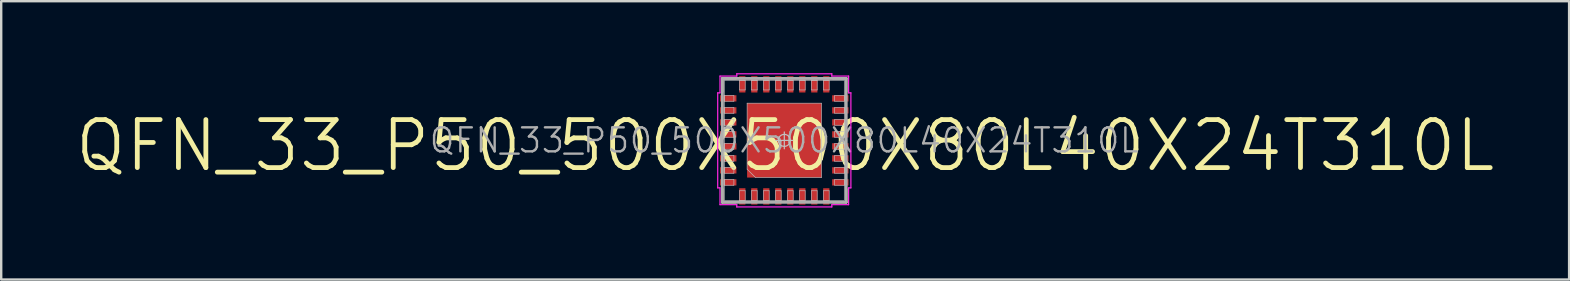
<source format=kicad_pcb>
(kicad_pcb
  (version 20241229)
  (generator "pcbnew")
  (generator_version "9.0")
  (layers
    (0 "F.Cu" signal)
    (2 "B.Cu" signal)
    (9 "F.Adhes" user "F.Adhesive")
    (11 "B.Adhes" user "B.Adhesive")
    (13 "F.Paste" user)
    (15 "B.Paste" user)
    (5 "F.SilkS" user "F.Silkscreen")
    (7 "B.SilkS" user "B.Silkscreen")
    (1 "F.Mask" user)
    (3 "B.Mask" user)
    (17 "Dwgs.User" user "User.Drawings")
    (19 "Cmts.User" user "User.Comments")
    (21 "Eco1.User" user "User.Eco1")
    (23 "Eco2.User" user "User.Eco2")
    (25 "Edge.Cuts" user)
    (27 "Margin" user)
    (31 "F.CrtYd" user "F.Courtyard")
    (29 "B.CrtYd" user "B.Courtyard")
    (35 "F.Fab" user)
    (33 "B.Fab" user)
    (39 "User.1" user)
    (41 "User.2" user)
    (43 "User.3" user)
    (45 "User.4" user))
  (footprint "QFN_33_P50_500X500X80L40X24T310L"
    (layer "F.Cu")
    (at 29.636 2.8)
    (property "Reference" "QFN_33_P50_500X500X80L40X24T310L" (at 0 0 0) (layer "F.Fab") (effects (font (size 1 1) (thickness 0.1))))
    (attr smd)
    (fp_line (start -2.58 -2.58) (end -2.58 -2.03) (stroke (width 0.1) (type solid)) (layer "F.SilkS"))
    (fp_line (start -2.58 2.58) (end -2.58 2.03) (stroke (width 0.1) (type solid)) (layer "F.SilkS"))
    (fp_line (start -2.03 -2.58) (end -2.58 -2.58) (stroke (width 0.1) (type solid)) (layer "F.SilkS"))
    (fp_line (start -2.03 2.58) (end -2.58 2.58) (stroke (width 0.1) (type solid)) (layer "F.SilkS"))
    (fp_line (start 2.03 -2.58) (end 2.58 -2.58) (stroke (width 0.1) (type solid)) (layer "F.SilkS"))
    (fp_line (start 2.03 2.58) (end 2.58 2.58) (stroke (width 0.1) (type solid)) (layer "F.SilkS"))
    (fp_line (start 2.58 -2.58) (end 2.58 -2.03) (stroke (width 0.1) (type solid)) (layer "F.SilkS"))
    (fp_line (start 2.58 2.58) (end 2.58 2.03) (stroke (width 0.1) (type solid)) (layer "F.SilkS"))
    (fp_line (start -2.5 -2.5) (end 2.5 -2.5) (stroke (width 0.025) (type solid)) (layer "Dwgs.User"))
    (fp_line (start -2.5 -1.87) (end -2.1 -1.87) (stroke (width 0.025) (type solid)) (layer "Dwgs.User"))
    (fp_line (start -2.5 -1.63) (end -2.5 -1.87) (stroke (width 0.025) (type solid)) (layer "Dwgs.User"))
    (fp_line (start -2.5 -1.37) (end -2.1 -1.37) (stroke (width 0.025) (type solid)) (layer "Dwgs.User"))
    (fp_line (start -2.5 -1.13) (end -2.5 -1.37) (stroke (width 0.025) (type solid)) (layer "Dwgs.User"))
    (fp_line (start -2.5 -0.87) (end -2.1 -0.87) (stroke (width 0.025) (type solid)) (layer "Dwgs.User"))
    (fp_line (start -2.5 -0.63) (end -2.5 -0.87) (stroke (width 0.025) (type solid)) (layer "Dwgs.User"))
    (fp_line (start -2.5 -0.37) (end -2.1 -0.37) (stroke (width 0.025) (type solid)) (layer "Dwgs.User"))
    (fp_line (start -2.5 -0.13) (end -2.5 -0.37) (stroke (width 0.025) (type solid)) (layer "Dwgs.User"))
    (fp_line (start -2.5 0.13) (end -2.1 0.13) (stroke (width 0.025) (type solid)) (layer "Dwgs.User"))
    (fp_line (start -2.5 0.37) (end -2.5 0.13) (stroke (width 0.025) (type solid)) (layer "Dwgs.User"))
    (fp_line (start -2.5 0.63) (end -2.1 0.63) (stroke (width 0.025) (type solid)) (layer "Dwgs.User"))
    (fp_line (start -2.5 0.87) (end -2.5 0.63) (stroke (width 0.025) (type solid)) (layer "Dwgs.User"))
    (fp_line (start -2.5 1.13) (end -2.1 1.13) (stroke (width 0.025) (type solid)) (layer "Dwgs.User"))
    (fp_line (start -2.5 1.37) (end -2.5 1.13) (stroke (width 0.025) (type solid)) (layer "Dwgs.User"))
    (fp_line (start -2.5 1.63) (end -2.1 1.63) (stroke (width 0.025) (type solid)) (layer "Dwgs.User"))
    (fp_line (start -2.5 1.87) (end -2.5 1.63) (stroke (width 0.025) (type solid)) (layer "Dwgs.User"))
    (fp_line (start -2.5 2.5) (end -2.5 -2.5) (stroke (width 0.025) (type solid)) (layer "Dwgs.User"))
    (fp_line (start -2.1 -1.87) (end -2.1 -1.63) (stroke (width 0.025) (type solid)) (layer "Dwgs.User"))
    (fp_line (start -2.1 -1.63) (end -2.5 -1.63) (stroke (width 0.025) (type solid)) (layer "Dwgs.User"))
    (fp_line (start -2.1 -1.37) (end -2.1 -1.13) (stroke (width 0.025) (type solid)) (layer "Dwgs.User"))
    (fp_line (start -2.1 -1.13) (end -2.5 -1.13) (stroke (width 0.025) (type solid)) (layer "Dwgs.User"))
    (fp_line (start -2.1 -0.87) (end -2.1 -0.63) (stroke (width 0.025) (type solid)) (layer "Dwgs.User"))
    (fp_line (start -2.1 -0.63) (end -2.5 -0.63) (stroke (width 0.025) (type solid)) (layer "Dwgs.User"))
    (fp_line (start -2.1 -0.37) (end -2.1 -0.13) (stroke (width 0.025) (type solid)) (layer "Dwgs.User"))
    (fp_line (start -2.1 -0.13) (end -2.5 -0.13) (stroke (width 0.025) (type solid)) (layer "Dwgs.User"))
    (fp_line (start -2.1 0.13) (end -2.1 0.37) (stroke (width 0.025) (type solid)) (layer "Dwgs.User"))
    (fp_line (start -2.1 0.37) (end -2.5 0.37) (stroke (width 0.025) (type solid)) (layer "Dwgs.User"))
    (fp_line (start -2.1 0.63) (end -2.1 0.87) (stroke (width 0.025) (type solid)) (layer "Dwgs.User"))
    (fp_line (start -2.1 0.87) (end -2.5 0.87) (stroke (width 0.025) (type solid)) (layer "Dwgs.User"))
    (fp_line (start -2.1 1.13) (end -2.1 1.37) (stroke (width 0.025) (type solid)) (layer "Dwgs.User"))
    (fp_line (start -2.1 1.37) (end -2.5 1.37) (stroke (width 0.025) (type solid)) (layer "Dwgs.User"))
    (fp_line (start -2.1 1.63) (end -2.1 1.87) (stroke (width 0.025) (type solid)) (layer "Dwgs.User"))
    (fp_line (start -2.1 1.87) (end -2.5 1.87) (stroke (width 0.025) (type solid)) (layer "Dwgs.User"))
    (fp_line (start -1.87 -2.5) (end -1.63 -2.5) (stroke (width 0.025) (type solid)) (layer "Dwgs.User"))
    (fp_line (start -1.87 -2.1) (end -1.87 -2.5) (stroke (width 0.025) (type solid)) (layer "Dwgs.User"))
    (fp_line (start -1.87 2.1) (end -1.63 2.1) (stroke (width 0.025) (type solid)) (layer "Dwgs.User"))
    (fp_line (start -1.87 2.5) (end -1.87 2.1) (stroke (width 0.025) (type solid)) (layer "Dwgs.User"))
    (fp_line (start -1.63 -2.5) (end -1.63 -2.1) (stroke (width 0.025) (type solid)) (layer "Dwgs.User"))
    (fp_line (start -1.63 -2.1) (end -1.87 -2.1) (stroke (width 0.025) (type solid)) (layer "Dwgs.User"))
    (fp_line (start -1.63 2.1) (end -1.63 2.5) (stroke (width 0.025) (type solid)) (layer "Dwgs.User"))
    (fp_line (start -1.63 2.5) (end -1.87 2.5) (stroke (width 0.025) (type solid)) (layer "Dwgs.User"))
    (fp_line (start -1.55 -1.55) (end -1.55 1.2) (stroke (width 0.025) (type solid)) (layer "Dwgs.User"))
    (fp_line (start -1.55 1.2) (end -1.2 1.55) (stroke (width 0.025) (type solid)) (layer "Dwgs.User"))
    (fp_line (start -1.37 -2.5) (end -1.13 -2.5) (stroke (width 0.025) (type solid)) (layer "Dwgs.User"))
    (fp_line (start -1.37 -2.1) (end -1.37 -2.5) (stroke (width 0.025) (type solid)) (layer "Dwgs.User"))
    (fp_line (start -1.37 2.1) (end -1.13 2.1) (stroke (width 0.025) (type solid)) (layer "Dwgs.User"))
    (fp_line (start -1.37 2.5) (end -1.37 2.1) (stroke (width 0.025) (type solid)) (layer "Dwgs.User"))
    (fp_line (start -1.2 1.55) (end 1.55 1.55) (stroke (width 0.025) (type solid)) (layer "Dwgs.User"))
    (fp_line (start -1.13 -2.5) (end -1.13 -2.1) (stroke (width 0.025) (type solid)) (layer "Dwgs.User"))
    (fp_line (start -1.13 -2.1) (end -1.37 -2.1) (stroke (width 0.025) (type solid)) (layer "Dwgs.User"))
    (fp_line (start -1.13 2.1) (end -1.13 2.5) (stroke (width 0.025) (type solid)) (layer "Dwgs.User"))
    (fp_line (start -1.13 2.5) (end -1.37 2.5) (stroke (width 0.025) (type solid)) (layer "Dwgs.User"))
    (fp_line (start -0.87 -2.5) (end -0.63 -2.5) (stroke (width 0.025) (type solid)) (layer "Dwgs.User"))
    (fp_line (start -0.87 -2.1) (end -0.87 -2.5) (stroke (width 0.025) (type solid)) (layer "Dwgs.User"))
    (fp_line (start -0.87 2.1) (end -0.63 2.1) (stroke (width 0.025) (type solid)) (layer "Dwgs.User"))
    (fp_line (start -0.87 2.5) (end -0.87 2.1) (stroke (width 0.025) (type solid)) (layer "Dwgs.User"))
    (fp_line (start -0.63 -2.5) (end -0.63 -2.1) (stroke (width 0.025) (type solid)) (layer "Dwgs.User"))
    (fp_line (start -0.63 -2.1) (end -0.87 -2.1) (stroke (width 0.025) (type solid)) (layer "Dwgs.User"))
    (fp_line (start -0.63 2.1) (end -0.63 2.5) (stroke (width 0.025) (type solid)) (layer "Dwgs.User"))
    (fp_line (start -0.63 2.5) (end -0.87 2.5) (stroke (width 0.025) (type solid)) (layer "Dwgs.User"))
    (fp_line (start -0.37 -2.5) (end -0.13 -2.5) (stroke (width 0.025) (type solid)) (layer "Dwgs.User"))
    (fp_line (start -0.37 -2.1) (end -0.37 -2.5) (stroke (width 0.025) (type solid)) (layer "Dwgs.User"))
    (fp_line (start -0.37 2.1) (end -0.13 2.1) (stroke (width 0.025) (type solid)) (layer "Dwgs.User"))
    (fp_line (start -0.37 2.5) (end -0.37 2.1) (stroke (width 0.025) (type solid)) (layer "Dwgs.User"))
    (fp_line (start -0.35 0) (end 0.35 0) (stroke (width 0.05) (type solid)) (layer "Dwgs.User"))
    (fp_line (start -0.13 -2.5) (end -0.13 -2.1) (stroke (width 0.025) (type solid)) (layer "Dwgs.User"))
    (fp_line (start -0.13 -2.1) (end -0.37 -2.1) (stroke (width 0.025) (type solid)) (layer "Dwgs.User"))
    (fp_line (start -0.13 2.1) (end -0.13 2.5) (stroke (width 0.025) (type solid)) (layer "Dwgs.User"))
    (fp_line (start -0.13 2.5) (end -0.37 2.5) (stroke (width 0.025) (type solid)) (layer "Dwgs.User"))
    (fp_line (start 0 -0.35) (end 0 0.35) (stroke (width 0.05) (type solid)) (layer "Dwgs.User"))
    (fp_line (start 0.13 -2.5) (end 0.37 -2.5) (stroke (width 0.025) (type solid)) (layer "Dwgs.User"))
    (fp_line (start 0.13 -2.1) (end 0.13 -2.5) (stroke (width 0.025) (type solid)) (layer "Dwgs.User"))
    (fp_line (start 0.13 2.1) (end 0.37 2.1) (stroke (width 0.025) (type solid)) (layer "Dwgs.User"))
    (fp_line (start 0.13 2.5) (end 0.13 2.1) (stroke (width 0.025) (type solid)) (layer "Dwgs.User"))
    (fp_line (start 0.37 -2.5) (end 0.37 -2.1) (stroke (width 0.025) (type solid)) (layer "Dwgs.User"))
    (fp_line (start 0.37 -2.1) (end 0.13 -2.1) (stroke (width 0.025) (type solid)) (layer "Dwgs.User"))
    (fp_line (start 0.37 2.1) (end 0.37 2.5) (stroke (width 0.025) (type solid)) (layer "Dwgs.User"))
    (fp_line (start 0.37 2.5) (end 0.13 2.5) (stroke (width 0.025) (type solid)) (layer "Dwgs.User"))
    (fp_line (start 0.63 -2.5) (end 0.87 -2.5) (stroke (width 0.025) (type solid)) (layer "Dwgs.User"))
    (fp_line (start 0.63 -2.1) (end 0.63 -2.5) (stroke (width 0.025) (type solid)) (layer "Dwgs.User"))
    (fp_line (start 0.63 2.1) (end 0.87 2.1) (stroke (width 0.025) (type solid)) (layer "Dwgs.User"))
    (fp_line (start 0.63 2.5) (end 0.63 2.1) (stroke (width 0.025) (type solid)) (layer "Dwgs.User"))
    (fp_line (start 0.87 -2.5) (end 0.87 -2.1) (stroke (width 0.025) (type solid)) (layer "Dwgs.User"))
    (fp_line (start 0.87 -2.1) (end 0.63 -2.1) (stroke (width 0.025) (type solid)) (layer "Dwgs.User"))
    (fp_line (start 0.87 2.1) (end 0.87 2.5) (stroke (width 0.025) (type solid)) (layer "Dwgs.User"))
    (fp_line (start 0.87 2.5) (end 0.63 2.5) (stroke (width 0.025) (type solid)) (layer "Dwgs.User"))
    (fp_line (start 1.13 -2.5) (end 1.37 -2.5) (stroke (width 0.025) (type solid)) (layer "Dwgs.User"))
    (fp_line (start 1.13 -2.1) (end 1.13 -2.5) (stroke (width 0.025) (type solid)) (layer "Dwgs.User"))
    (fp_line (start 1.13 2.1) (end 1.37 2.1) (stroke (width 0.025) (type solid)) (layer "Dwgs.User"))
    (fp_line (start 1.13 2.5) (end 1.13 2.1) (stroke (width 0.025) (type solid)) (layer "Dwgs.User"))
    (fp_line (start 1.37 -2.5) (end 1.37 -2.1) (stroke (width 0.025) (type solid)) (layer "Dwgs.User"))
    (fp_line (start 1.37 -2.1) (end 1.13 -2.1) (stroke (width 0.025) (type solid)) (layer "Dwgs.User"))
    (fp_line (start 1.37 2.1) (end 1.37 2.5) (stroke (width 0.025) (type solid)) (layer "Dwgs.User"))
    (fp_line (start 1.37 2.5) (end 1.13 2.5) (stroke (width 0.025) (type solid)) (layer "Dwgs.User"))
    (fp_line (start 1.55 -1.55) (end -1.55 -1.55) (stroke (width 0.025) (type solid)) (layer "Dwgs.User"))
    (fp_line (start 1.55 1.55) (end 1.55 -1.55) (stroke (width 0.025) (type solid)) (layer "Dwgs.User"))
    (fp_line (start 1.63 -2.5) (end 1.87 -2.5) (stroke (width 0.025) (type solid)) (layer "Dwgs.User"))
    (fp_line (start 1.63 -2.1) (end 1.63 -2.5) (stroke (width 0.025) (type solid)) (layer "Dwgs.User"))
    (fp_line (start 1.63 2.1) (end 1.87 2.1) (stroke (width 0.025) (type solid)) (layer "Dwgs.User"))
    (fp_line (start 1.63 2.5) (end 1.63 2.1) (stroke (width 0.025) (type solid)) (layer "Dwgs.User"))
    (fp_line (start 1.87 -2.5) (end 1.87 -2.1) (stroke (width 0.025) (type solid)) (layer "Dwgs.User"))
    (fp_line (start 1.87 -2.1) (end 1.63 -2.1) (stroke (width 0.025) (type solid)) (layer "Dwgs.User"))
    (fp_line (start 1.87 2.1) (end 1.87 2.5) (stroke (width 0.025) (type solid)) (layer "Dwgs.User"))
    (fp_line (start 1.87 2.5) (end 1.63 2.5) (stroke (width 0.025) (type solid)) (layer "Dwgs.User"))
    (fp_line (start 2.1 -1.87) (end 2.5 -1.87) (stroke (width 0.025) (type solid)) (layer "Dwgs.User"))
    (fp_line (start 2.1 -1.63) (end 2.1 -1.87) (stroke (width 0.025) (type solid)) (layer "Dwgs.User"))
    (fp_line (start 2.1 -1.37) (end 2.5 -1.37) (stroke (width 0.025) (type solid)) (layer "Dwgs.User"))
    (fp_line (start 2.1 -1.13) (end 2.1 -1.37) (stroke (width 0.025) (type solid)) (layer "Dwgs.User"))
    (fp_line (start 2.1 -0.87) (end 2.5 -0.87) (stroke (width 0.025) (type solid)) (layer "Dwgs.User"))
    (fp_line (start 2.1 -0.63) (end 2.1 -0.87) (stroke (width 0.025) (type solid)) (layer "Dwgs.User"))
    (fp_line (start 2.1 -0.37) (end 2.5 -0.37) (stroke (width 0.025) (type solid)) (layer "Dwgs.User"))
    (fp_line (start 2.1 -0.13) (end 2.1 -0.37) (stroke (width 0.025) (type solid)) (layer "Dwgs.User"))
    (fp_line (start 2.1 0.13) (end 2.5 0.13) (stroke (width 0.025) (type solid)) (layer "Dwgs.User"))
    (fp_line (start 2.1 0.37) (end 2.1 0.13) (stroke (width 0.025) (type solid)) (layer "Dwgs.User"))
    (fp_line (start 2.1 0.63) (end 2.5 0.63) (stroke (width 0.025) (type solid)) (layer "Dwgs.User"))
    (fp_line (start 2.1 0.87) (end 2.1 0.63) (stroke (width 0.025) (type solid)) (layer "Dwgs.User"))
    (fp_line (start 2.1 1.13) (end 2.5 1.13) (stroke (width 0.025) (type solid)) (layer "Dwgs.User"))
    (fp_line (start 2.1 1.37) (end 2.1 1.13) (stroke (width 0.025) (type solid)) (layer "Dwgs.User"))
    (fp_line (start 2.1 1.63) (end 2.5 1.63) (stroke (width 0.025) (type solid)) (layer "Dwgs.User"))
    (fp_line (start 2.1 1.87) (end 2.1 1.63) (stroke (width 0.025) (type solid)) (layer "Dwgs.User"))
    (fp_line (start 2.5 -2.5) (end 2.5 2.5) (stroke (width 0.025) (type solid)) (layer "Dwgs.User"))
    (fp_line (start 2.5 -1.87) (end 2.5 -1.63) (stroke (width 0.025) (type solid)) (layer "Dwgs.User"))
    (fp_line (start 2.5 -1.63) (end 2.1 -1.63) (stroke (width 0.025) (type solid)) (layer "Dwgs.User"))
    (fp_line (start 2.5 -1.37) (end 2.5 -1.13) (stroke (width 0.025) (type solid)) (layer "Dwgs.User"))
    (fp_line (start 2.5 -1.13) (end 2.1 -1.13) (stroke (width 0.025) (type solid)) (layer "Dwgs.User"))
    (fp_line (start 2.5 -0.87) (end 2.5 -0.63) (stroke (width 0.025) (type solid)) (layer "Dwgs.User"))
    (fp_line (start 2.5 -0.63) (end 2.1 -0.63) (stroke (width 0.025) (type solid)) (layer "Dwgs.User"))
    (fp_line (start 2.5 -0.37) (end 2.5 -0.13) (stroke (width 0.025) (type solid)) (layer "Dwgs.User"))
    (fp_line (start 2.5 -0.13) (end 2.1 -0.13) (stroke (width 0.025) (type solid)) (layer "Dwgs.User"))
    (fp_line (start 2.5 0.13) (end 2.5 0.37) (stroke (width 0.025) (type solid)) (layer "Dwgs.User"))
    (fp_line (start 2.5 0.37) (end 2.1 0.37) (stroke (width 0.025) (type solid)) (layer "Dwgs.User"))
    (fp_line (start 2.5 0.63) (end 2.5 0.87) (stroke (width 0.025) (type solid)) (layer "Dwgs.User"))
    (fp_line (start 2.5 0.87) (end 2.1 0.87) (stroke (width 0.025) (type solid)) (layer "Dwgs.User"))
    (fp_line (start 2.5 1.13) (end 2.5 1.37) (stroke (width 0.025) (type solid)) (layer "Dwgs.User"))
    (fp_line (start 2.5 1.37) (end 2.1 1.37) (stroke (width 0.025) (type solid)) (layer "Dwgs.User"))
    (fp_line (start 2.5 1.63) (end 2.5 1.87) (stroke (width 0.025) (type solid)) (layer "Dwgs.User"))
    (fp_line (start 2.5 1.87) (end 2.1 1.87) (stroke (width 0.025) (type solid)) (layer "Dwgs.User"))
    (fp_line (start 2.5 2.5) (end -2.5 2.5) (stroke (width 0.025) (type solid)) (layer "Dwgs.User"))
    (fp_circle (center 0 0) (end 0.25 0) (stroke (width 0.05) (type solid)) (fill no) (layer "Dwgs.User"))
    (fp_line (start -2.775 -1.98) (end -2.775 1.98) (stroke (width 0.05) (type solid)) (layer "F.CrtYd"))
    (fp_line (start -2.775 1.98) (end -2.68 1.98) (stroke (width 0.05) (type solid)) (layer "F.CrtYd"))
    (fp_line (start -2.68 -2.68) (end -2.68 -1.98) (stroke (width 0.05) (type solid)) (layer "F.CrtYd"))
    (fp_line (start -2.68 -1.98) (end -2.775 -1.98) (stroke (width 0.05) (type solid)) (layer "F.CrtYd"))
    (fp_line (start -2.68 1.98) (end -2.68 2.68) (stroke (width 0.05) (type solid)) (layer "F.CrtYd"))
    (fp_line (start -2.68 2.68) (end -1.98 2.68) (stroke (width 0.05) (type solid)) (layer "F.CrtYd"))
    (fp_line (start -1.98 -2.775) (end -1.98 -2.68) (stroke (width 0.05) (type solid)) (layer "F.CrtYd"))
    (fp_line (start -1.98 -2.68) (end -2.68 -2.68) (stroke (width 0.05) (type solid)) (layer "F.CrtYd"))
    (fp_line (start -1.98 2.68) (end -1.98 2.775) (stroke (width 0.05) (type solid)) (layer "F.CrtYd"))
    (fp_line (start -1.98 2.775) (end 1.98 2.775) (stroke (width 0.05) (type solid)) (layer "F.CrtYd"))
    (fp_line (start 1.98 -2.775) (end -1.98 -2.775) (stroke (width 0.05) (type solid)) (layer "F.CrtYd"))
    (fp_line (start 1.98 -2.68) (end 1.98 -2.775) (stroke (width 0.05) (type solid)) (layer "F.CrtYd"))
    (fp_line (start 1.98 2.68) (end 2.68 2.68) (stroke (width 0.05) (type solid)) (layer "F.CrtYd"))
    (fp_line (start 1.98 2.775) (end 1.98 2.68) (stroke (width 0.05) (type solid)) (layer "F.CrtYd"))
    (fp_line (start 2.68 -2.68) (end 1.98 -2.68) (stroke (width 0.05) (type solid)) (layer "F.CrtYd"))
    (fp_line (start 2.68 -1.98) (end 2.68 -2.68) (stroke (width 0.05) (type solid)) (layer "F.CrtYd"))
    (fp_line (start 2.68 1.98) (end 2.775 1.98) (stroke (width 0.05) (type solid)) (layer "F.CrtYd"))
    (fp_line (start 2.68 2.68) (end 2.68 1.98) (stroke (width 0.05) (type solid)) (layer "F.CrtYd"))
    (fp_line (start 2.775 -1.98) (end 2.68 -1.98) (stroke (width 0.05) (type solid)) (layer "F.CrtYd"))
    (fp_line (start 2.775 1.98) (end 2.775 -1.98) (stroke (width 0.05) (type solid)) (layer "F.CrtYd"))
    (fp_line (start -2.58 -2.58) (end 2.58 -2.58) (stroke (width 0.12) (type solid)) (layer "F.Fab"))
    (fp_line (start -2.58 2.58) (end -2.58 -2.58) (stroke (width 0.12) (type solid)) (layer "F.Fab"))
    (fp_line (start 2.58 -2.58) (end 2.58 2.58) (stroke (width 0.12) (type solid)) (layer "F.Fab"))
    (fp_line (start 2.58 2.58) (end -2.58 2.58) (stroke (width 0.12) (type solid)) (layer "F.Fab"))
    (fp_text user "${REFERENCE}" (at 0.036 0.219 0) (layer "F.SilkS") (effects (font (size 2 2) (thickness 0.2))))
    (pad "" smd rect (at -0.775 -0.775 90) (size 1.35 1.35) (layers "F.Paste"))
    (pad "" smd rect (at -0.775 0.775 90) (size 1.35 1.35) (layers "F.Paste"))
    (pad "" smd rect (at 0.775 -0.775 90) (size 1.35 1.35) (layers "F.Paste"))
    (pad "" smd rect (at 0.775 0.775 90) (size 1.35 1.35) (layers "F.Paste"))
    (pad "1" smd rect (at -1.75 2.335 90) (size 0.68 0.26) (layers "F.Cu" "F.Mask" "F.Paste"))
    (pad "2" smd rect (at -1.25 2.335 90) (size 0.68 0.26) (layers "F.Cu" "F.Mask" "F.Paste"))
    (pad "3" smd rect (at -0.75 2.335 90) (size 0.68 0.26) (layers "F.Cu" "F.Mask" "F.Paste"))
    (pad "4" smd rect (at -0.25 2.335 90) (size 0.68 0.26) (layers "F.Cu" "F.Mask" "F.Paste"))
    (pad "5" smd rect (at 0.25 2.335 90) (size 0.68 0.26) (layers "F.Cu" "F.Mask" "F.Paste"))
    (pad "6" smd rect (at 0.75 2.335 90) (size 0.68 0.26) (layers "F.Cu" "F.Mask" "F.Paste"))
    (pad "7" smd rect (at 1.25 2.335 90) (size 0.68 0.26) (layers "F.Cu" "F.Mask" "F.Paste"))
    (pad "8" smd rect (at 1.75 2.335 90) (size 0.68 0.26) (layers "F.Cu" "F.Mask" "F.Paste"))
    (pad "9" smd rect (at 2.335 1.75) (size 0.68 0.26) (layers "F.Cu" "F.Mask" "F.Paste"))
    (pad "10" smd rect (at 2.335 1.25) (size 0.68 0.26) (layers "F.Cu" "F.Mask" "F.Paste"))
    (pad "11" smd rect (at 2.335 0.75) (size 0.68 0.26) (layers "F.Cu" "F.Mask" "F.Paste"))
    (pad "12" smd rect (at 2.335 0.25) (size 0.68 0.26) (layers "F.Cu" "F.Mask" "F.Paste"))
    (pad "13" smd rect (at 2.335 -0.25) (size 0.68 0.26) (layers "F.Cu" "F.Mask" "F.Paste"))
    (pad "14" smd rect (at 2.335 -0.75) (size 0.68 0.26) (layers "F.Cu" "F.Mask" "F.Paste"))
    (pad "15" smd rect (at 2.335 -1.25) (size 0.68 0.26) (layers "F.Cu" "F.Mask" "F.Paste"))
    (pad "16" smd rect (at 2.335 -1.75) (size 0.68 0.26) (layers "F.Cu" "F.Mask" "F.Paste"))
    (pad "17" smd rect (at 1.75 -2.335 90) (size 0.68 0.26) (layers "F.Cu" "F.Mask" "F.Paste"))
    (pad "18" smd rect (at 1.25 -2.335 90) (size 0.68 0.26) (layers "F.Cu" "F.Mask" "F.Paste"))
    (pad "19" smd rect (at 0.75 -2.335 90) (size 0.68 0.26) (layers "F.Cu" "F.Mask" "F.Paste"))
    (pad "20" smd rect (at 0.25 -2.335 90) (size 0.68 0.26) (layers "F.Cu" "F.Mask" "F.Paste"))
    (pad "21" smd rect (at -0.25 -2.335 90) (size 0.68 0.26) (layers "F.Cu" "F.Mask" "F.Paste"))
    (pad "22" smd rect (at -0.75 -2.335 90) (size 0.68 0.26) (layers "F.Cu" "F.Mask" "F.Paste"))
    (pad "23" smd rect (at -1.25 -2.335 90) (size 0.68 0.26) (layers "F.Cu" "F.Mask" "F.Paste"))
    (pad "24" smd rect (at -1.75 -2.335 90) (size 0.68 0.26) (layers "F.Cu" "F.Mask" "F.Paste"))
    (pad "25" smd rect (at -2.335 -1.75) (size 0.68 0.26) (layers "F.Cu" "F.Mask" "F.Paste"))
    (pad "26" smd rect (at -2.335 -1.25) (size 0.68 0.26) (layers "F.Cu" "F.Mask" "F.Paste"))
    (pad "27" smd rect (at -2.335 -0.75) (size 0.68 0.26) (layers "F.Cu" "F.Mask" "F.Paste"))
    (pad "28" smd rect (at -2.335 -0.25) (size 0.68 0.26) (layers "F.Cu" "F.Mask" "F.Paste"))
    (pad "29" smd rect (at -2.335 0.25) (size 0.68 0.26) (layers "F.Cu" "F.Mask" "F.Paste"))
    (pad "30" smd rect (at -2.335 0.75) (size 0.68 0.26) (layers "F.Cu" "F.Mask" "F.Paste"))
    (pad "31" smd rect (at -2.335 1.25) (size 0.68 0.26) (layers "F.Cu" "F.Mask" "F.Paste"))
    (pad "32" smd rect (at -2.335 1.75) (size 0.68 0.26) (layers "F.Cu" "F.Mask" "F.Paste"))
    (pad "33" smd rect (at 0 0) (size 3.1 3.1) (layers "F.Cu" "F.Mask" "F.Paste")))
  (gr_rect
    (start -3 -3)
    (end 62.343 8.6)
    (stroke (width 0.1) (type default))
    (fill no)
    (layer "Edge.Cuts")))
</source>
